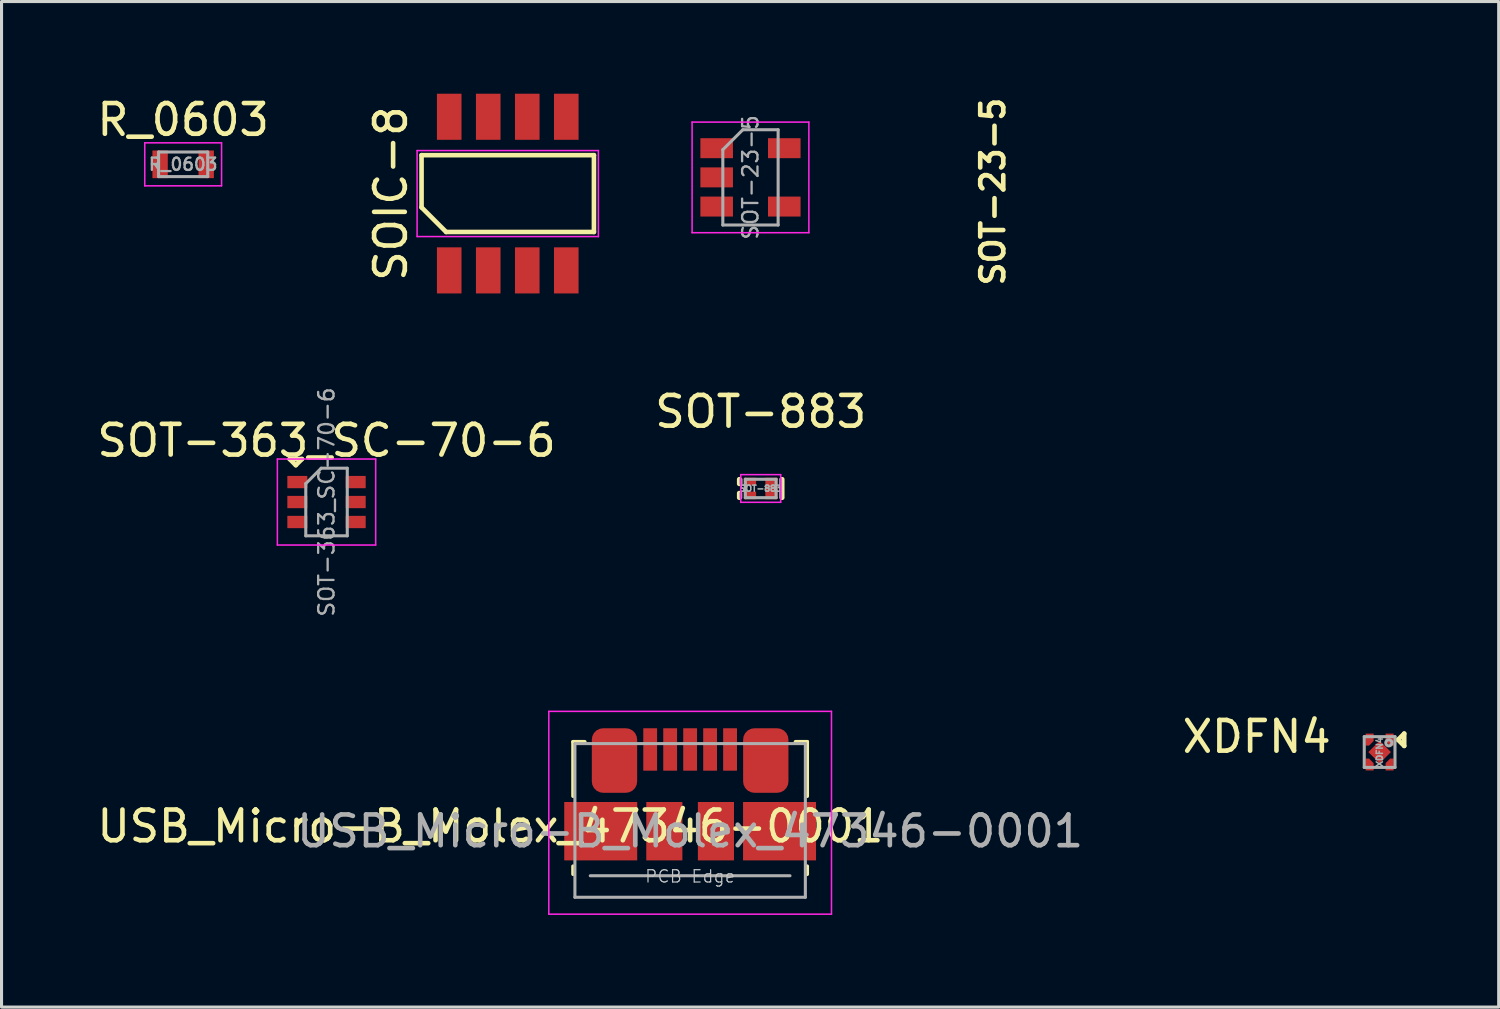
<source format=kicad_pcb>
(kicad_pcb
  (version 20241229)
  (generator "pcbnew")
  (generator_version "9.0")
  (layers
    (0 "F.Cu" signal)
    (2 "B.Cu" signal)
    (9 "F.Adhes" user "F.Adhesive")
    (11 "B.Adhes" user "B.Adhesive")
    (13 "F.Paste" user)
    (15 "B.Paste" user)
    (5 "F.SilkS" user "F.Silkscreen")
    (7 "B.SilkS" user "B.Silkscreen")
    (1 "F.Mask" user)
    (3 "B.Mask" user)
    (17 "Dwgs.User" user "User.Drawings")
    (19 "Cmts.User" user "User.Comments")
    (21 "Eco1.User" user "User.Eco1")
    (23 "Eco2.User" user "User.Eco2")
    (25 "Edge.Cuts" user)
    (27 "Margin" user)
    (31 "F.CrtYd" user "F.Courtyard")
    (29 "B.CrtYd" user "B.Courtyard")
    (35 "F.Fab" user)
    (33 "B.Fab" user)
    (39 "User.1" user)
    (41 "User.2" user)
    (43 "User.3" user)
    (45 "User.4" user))
  (footprint "SOT-23-5"
    (layer "F.Cu")
    (at 21.375 2.723)
    (property "Reference" "SOT-23-5" (at 7.888 0.463 270) (layer "F.SilkS") (effects (font (size 0.75 0.75) (thickness 0.15))))
    (attr smd)
    (fp_line (start -1.9 -1.8) (end 1.9 -1.8) (stroke (width 0.05) (type solid)) (layer "F.CrtYd"))
    (fp_line (start -1.9 1.8) (end -1.9 -1.8) (stroke (width 0.05) (type solid)) (layer "F.CrtYd"))
    (fp_line (start 1.9 -1.8) (end 1.9 1.8) (stroke (width 0.05) (type solid)) (layer "F.CrtYd"))
    (fp_line (start 1.9 1.8) (end -1.9 1.8) (stroke (width 0.05) (type solid)) (layer "F.CrtYd"))
    (fp_line (start -0.9 -0.9) (end -0.9 1.55) (stroke (width 0.1) (type solid)) (layer "F.Fab"))
    (fp_line (start -0.9 -0.9) (end -0.25 -1.55) (stroke (width 0.1) (type solid)) (layer "F.Fab"))
    (fp_line (start 0.9 -1.55) (end -0.25 -1.55) (stroke (width 0.1) (type solid)) (layer "F.Fab"))
    (fp_line (start 0.9 -1.55) (end 0.9 1.55) (stroke (width 0.1) (type solid)) (layer "F.Fab"))
    (fp_line (start 0.9 1.55) (end -0.9 1.55) (stroke (width 0.1) (type solid)) (layer "F.Fab"))
    (fp_text user "${REFERENCE}" (at 0 0 90) (layer "F.Fab") (effects (font (size 0.5 0.5) (thickness 0.075))))
    (pad "1" smd rect (at -1.1 -0.95) (size 1.06 0.65) (layers "F.Cu" "F.Mask" "F.Paste"))
    (pad "2" smd rect (at -1.1 0) (size 1.06 0.65) (layers "F.Cu" "F.Mask" "F.Paste"))
    (pad "3" smd rect (at -1.1 0.95) (size 1.06 0.65) (layers "F.Cu" "F.Mask" "F.Paste"))
    (pad "4" smd rect (at 1.1 0.95) (size 1.06 0.65) (layers "F.Cu" "F.Mask" "F.Paste"))
    (pad "5" smd rect (at 1.1 -0.95) (size 1.06 0.65) (layers "F.Cu" "F.Mask" "F.Paste")))
  (footprint "XDFN4"
    (layer "F.Cu")
    (at 41.851 21.426)
    (property "Reference" "XDFN4" (at -4 -0.5 0) (layer "F.SilkS") (effects (font (size 1 1) (thickness 0.15))))
    (attr through_hole)
    (fp_line (start 0.6 -0.4) (end 0.8 -0.6) (stroke (width 0.15) (type solid)) (layer "F.SilkS"))
    (fp_line (start 0.8 -0.6) (end 0.8 -0.2) (stroke (width 0.15) (type solid)) (layer "F.SilkS"))
    (fp_line (start 0.8 -0.2) (end 0.6 -0.4) (stroke (width 0.15) (type solid)) (layer "F.SilkS"))
    (fp_line (start -0.5 -0.5) (end 0.5 -0.5) (stroke (width 0.1) (type solid)) (layer "F.Fab"))
    (fp_line (start -0.5 0.5) (end -0.5 -0.5) (stroke (width 0.1) (type solid)) (layer "F.Fab"))
    (fp_line (start 0.5 -0.5) (end 0.5 0.5) (stroke (width 0.1) (type solid)) (layer "F.Fab"))
    (fp_line (start 0.5 0.5) (end -0.5 0.5) (stroke (width 0.1) (type solid)) (layer "F.Fab"))
    (fp_circle (center 0.3 -0.3) (end 0.3 -0.2) (stroke (width 0.1) (type solid)) (fill no) (layer "F.Fab"))
    (fp_text user "${REFERENCE}" (at 0 0 270) (layer "F.Fab") (effects (font (size 0.2 0.2) (thickness 0.05))))
    (pad "1" smd custom (at 0.325 -0.5) (size 0.1 0.1) (layers "F.Cu" "F.Mask" "F.Paste") (options (anchor rect)) (primitives (gr_poly (pts (xy -0.13 -0.1) (xy 0.13 -0.1) (xy 0.13 0.29) (xy 0.02 0.29) (xy -0.13 0.14)) (width 0) (fill yes))))
    (pad "2" smd custom (at -0.325 -0.5) (size 0.1 0.1) (layers "F.Cu" "F.Mask" "F.Paste") (options (anchor rect)) (primitives (gr_poly (pts (xy 0.13 -0.1) (xy -0.13 -0.1) (xy -0.13 0.29) (xy -0.02 0.29) (xy 0.13 0.14)) (width 0) (fill yes))))
    (pad "3" smd custom (at -0.325 0.5 180) (size 0.1 0.1) (layers "F.Cu" "F.Mask" "F.Paste") (options (anchor rect)) (primitives (gr_poly (pts (xy -0.13 -0.1) (xy 0.13 -0.1) (xy 0.13 0.29) (xy 0.02 0.29) (xy -0.13 0.14)) (width 0) (fill yes))))
    (pad "4" smd custom (at 0.325 0.5 180) (size 0.1 0.1) (layers "F.Cu" "F.Mask" "F.Paste") (options (anchor rect)) (primitives (gr_poly (pts (xy 0.13 -0.1) (xy -0.13 -0.1) (xy -0.13 0.29) (xy -0.02 0.29) (xy 0.13 0.14)) (width 0) (fill yes))))
    (pad "5" smd rect (at 0 0 45) (size 0.52 0.52) (layers "F.Cu" "F.Mask" "F.Paste")))
  (footprint "R_0603"
    (layer "F.Cu")
    (at 2.911 2.298)
    (property "Reference" "R_0603" (at 0 -1.45 0) (layer "F.SilkS") (effects (font (size 1 1) (thickness 0.15))))
    (attr smd)
    (fp_line (start -1.25 -0.7) (end -1.25 0.7) (stroke (width 0.05) (type solid)) (layer "F.CrtYd"))
    (fp_line (start -1.25 -0.7) (end 1.25 -0.7) (stroke (width 0.05) (type solid)) (layer "F.CrtYd"))
    (fp_line (start 1.25 0.7) (end -1.25 0.7) (stroke (width 0.05) (type solid)) (layer "F.CrtYd"))
    (fp_line (start 1.25 0.7) (end 1.25 -0.7) (stroke (width 0.05) (type solid)) (layer "F.CrtYd"))
    (fp_line (start -0.8 -0.4) (end 0.8 -0.4) (stroke (width 0.1) (type solid)) (layer "F.Fab"))
    (fp_line (start -0.8 0.4) (end -0.8 -0.4) (stroke (width 0.1) (type solid)) (layer "F.Fab"))
    (fp_line (start 0.8 -0.4) (end 0.8 0.4) (stroke (width 0.1) (type solid)) (layer "F.Fab"))
    (fp_line (start 0.8 0.4) (end -0.8 0.4) (stroke (width 0.1) (type solid)) (layer "F.Fab"))
    (fp_text user "${REFERENCE}" (at 0 0 0) (layer "F.Fab") (effects (font (size 0.4 0.4) (thickness 0.075))))
    (pad "1" smd rect (at -0.75 0) (size 0.5 0.9) (layers "F.Cu" "F.Mask" "F.Paste"))
    (pad "2" smd rect (at 0.75 0) (size 0.5 0.9) (layers "F.Cu" "F.Mask" "F.Paste")))
  (footprint "USB_Micro-B_Molex_47346-0001"
    (layer "F.Cu")
    (at 19.411 24.002)
    (property "Reference" "USB_Micro-B_Molex_47346-0001" (at -6.5 -0.16 180) (layer "F.SilkS") (effects (font (size 1 1) (thickness 0.15))))
    (attr smd)
    (fp_line (start -3.81 -2.91) (end -3.43 -2.91) (stroke (width 0.12) (type solid)) (layer "F.SilkS"))
    (fp_line (start -3.81 -1.14) (end -3.81 -2.91) (stroke (width 0.12) (type solid)) (layer "F.SilkS"))
    (fp_line (start -3.81 1.4) (end -3.81 1.14) (stroke (width 0.12) (type solid)) (layer "F.SilkS"))
    (fp_line (start 3.81 -2.91) (end 3.43 -2.91) (stroke (width 0.12) (type solid)) (layer "F.SilkS"))
    (fp_line (start 3.81 -2.91) (end 3.81 -1.14) (stroke (width 0.12) (type solid)) (layer "F.SilkS"))
    (fp_line (start 3.81 1.14) (end 3.81 1.4) (stroke (width 0.12) (type solid)) (layer "F.SilkS"))
    (fp_line (start -4.6 -3.9) (end 4.6 -3.9) (stroke (width 0.05) (type solid)) (layer "F.CrtYd"))
    (fp_line (start -4.6 2.7) (end -4.6 -3.9) (stroke (width 0.05) (type solid)) (layer "F.CrtYd"))
    (fp_line (start 4.6 -3.9) (end 4.6 2.7) (stroke (width 0.05) (type solid)) (layer "F.CrtYd"))
    (fp_line (start 4.6 2.7) (end -4.6 2.7) (stroke (width 0.05) (type solid)) (layer "F.CrtYd"))
    (fp_line (start -3.75 -2.85) (end 3.75 -2.85) (stroke (width 0.1) (type solid)) (layer "F.Fab"))
    (fp_line (start -3.75 2.15) (end -3.75 -2.85) (stroke (width 0.1) (type solid)) (layer "F.Fab"))
    (fp_line (start -3.25 1.45) (end 3.25 1.45) (stroke (width 0.1) (type solid)) (layer "F.Fab"))
    (fp_line (start 3.75 -2.85) (end 3.75 2.15) (stroke (width 0.1) (type solid)) (layer "F.Fab"))
    (fp_line (start 3.75 2.15) (end -3.75 2.15) (stroke (width 0.1) (type solid)) (layer "F.Fab"))
    (fp_text user "PCB Edge" (at 0 1.47 180) (layer "Dwgs.User") (effects (font (size 0.4 0.4) (thickness 0.04))))
    (fp_text user "${REFERENCE}" (at 0 0 0) (layer "F.Fab") (effects (font (size 1 1) (thickness 0.15))))
    (pad "1" smd rect (at -1.3 -2.66) (size 0.45 1.38) (layers "F.Cu" "F.Mask" "F.Paste"))
    (pad "2" smd rect (at -0.65 -2.66) (size 0.45 1.38) (layers "F.Cu" "F.Mask" "F.Paste"))
    (pad "3" smd rect (at 0 -2.66) (size 0.45 1.38) (layers "F.Cu" "F.Mask" "F.Paste"))
    (pad "4" smd rect (at 0.65 -2.66) (size 0.45 1.38) (layers "F.Cu" "F.Mask" "F.Paste"))
    (pad "5" smd rect (at 1.3 -2.66) (size 0.45 1.38) (layers "F.Cu" "F.Mask" "F.Paste"))
    (pad "6" smd rect (at -2.91 0) (size 2.375 1.9) (layers "F.Cu" "F.Mask" "F.Paste"))
    (pad "6" smd roundrect (at -2.462 -2.3) (size 1.475 2.1) (layers "F.Cu" "F.Mask" "F.Paste") (roundrect_rratio 0.25))
    (pad "6" smd rect (at -0.84 0) (size 1.175 1.9) (layers "F.Cu" "F.Mask" "F.Paste"))
    (pad "6" smd rect (at 0.84 0) (size 1.175 1.9) (layers "F.Cu" "F.Mask" "F.Paste"))
    (pad "6" smd roundrect (at 2.462 -2.3) (size 1.475 2.1) (layers "F.Cu" "F.Mask" "F.Paste") (roundrect_rratio 0.25))
    (pad "6" smd rect (at 2.91 0) (size 2.375 1.9) (layers "F.Cu" "F.Mask" "F.Paste")))
  (footprint "SOT-883"
    (layer "F.Cu")
    (at 21.708 12.848)
    (property "Reference" "SOT-883" (at 0 -2.5 0) (layer "F.SilkS") (effects (font (size 1 1) (thickness 0.15))))
    (attr through_hole)
    (fp_line (start -0.7 -0.3) (end -0.7 -0.15) (stroke (width 0.15) (type solid)) (layer "F.SilkS"))
    (fp_line (start -0.7 0.3) (end -0.7 0.15) (stroke (width 0.15) (type solid)) (layer "F.SilkS"))
    (fp_line (start -0.65 -0.3) (end -0.65 -0.15) (stroke (width 0.1) (type solid)) (layer "F.SilkS"))
    (fp_line (start 0.7 -0.3) (end 0.7 0.3) (stroke (width 0.15) (type solid)) (layer "F.SilkS"))
    (fp_line (start -0.65 -0.45) (end -0.65 0.45) (stroke (width 0.05) (type solid)) (layer "F.CrtYd"))
    (fp_line (start -0.65 0.45) (end 0.65 0.45) (stroke (width 0.05) (type solid)) (layer "F.CrtYd"))
    (fp_line (start 0.65 -0.45) (end -0.65 -0.45) (stroke (width 0.05) (type solid)) (layer "F.CrtYd"))
    (fp_line (start 0.65 0.45) (end 0.65 -0.45) (stroke (width 0.05) (type solid)) (layer "F.CrtYd"))
    (fp_line (start -0.65 -0.3) (end -0.65 -0.15) (stroke (width 0.1) (type solid)) (layer "F.Fab"))
    (fp_line (start -0.65 0.3) (end -0.65 0.15) (stroke (width 0.1) (type solid)) (layer "F.Fab"))
    (fp_line (start -0.5 -0.3) (end 0.5 -0.3) (stroke (width 0.1) (type solid)) (layer "F.Fab"))
    (fp_line (start -0.5 0.3) (end -0.5 -0.3) (stroke (width 0.1) (type solid)) (layer "F.Fab"))
    (fp_line (start 0.5 -0.3) (end 0.5 0.3) (stroke (width 0.1) (type solid)) (layer "F.Fab"))
    (fp_line (start 0.5 0.3) (end -0.5 0.3) (stroke (width 0.1) (type solid)) (layer "F.Fab"))
    (fp_line (start 0.65 -0.3) (end 0.65 0.3) (stroke (width 0.1) (type solid)) (layer "F.Fab"))
    (fp_text user "${REFERENCE}" (at 0 0 0) (layer "F.Fab") (effects (font (size 0.2 0.2) (thickness 0.05))))
    (pad "1" smd rect (at -0.35 -0.225) (size 0.4 0.25) (layers "F.Cu" "F.Mask" "F.Paste"))
    (pad "2" smd rect (at -0.35 0.225) (size 0.4 0.25) (layers "F.Cu" "F.Mask" "F.Paste"))
    (pad "3" smd rect (at 0.35 0) (size 0.4 0.7) (layers "F.Cu" "F.Mask" "F.Paste")))
  (footprint "SOIC-8"
    (layer "F.Cu")
    (at 13.475 3.25)
    (property "Reference" "SOIC-8" (at -3.805 0 90) (layer "F.SilkS") (effects (font (size 1 1) (thickness 0.15))))
    (attr smd)
    (fp_line (start -2.805 -1.25) (end 2.805 -1.25) (stroke (width 0.15) (type solid)) (layer "F.SilkS"))
    (fp_line (start -2.805 0.45) (end -2.805 -1.25) (stroke (width 0.15) (type solid)) (layer "F.SilkS"))
    (fp_line (start -2.005 1.25) (end -2.805 0.45) (stroke (width 0.15) (type solid)) (layer "F.SilkS"))
    (fp_line (start 2.805 -1.25) (end 2.805 1.25) (stroke (width 0.15) (type solid)) (layer "F.SilkS"))
    (fp_line (start 2.805 1.25) (end -2.005 1.25) (stroke (width 0.15) (type solid)) (layer "F.SilkS"))
    (fp_line (start -2.95 -1.4) (end 2.95 -1.4) (stroke (width 0.05) (type solid)) (layer "F.CrtYd"))
    (fp_line (start -2.95 1.4) (end -2.95 -1.4) (stroke (width 0.05) (type solid)) (layer "F.CrtYd"))
    (fp_line (start 2.95 -1.4) (end 2.95 1.4) (stroke (width 0.05) (type solid)) (layer "F.CrtYd"))
    (fp_line (start 2.95 1.4) (end -2.95 1.4) (stroke (width 0.05) (type solid)) (layer "F.CrtYd"))
    (pad "1" smd rect (at -1.905 2.5) (size 0.8 1.5) (layers "F.Cu" "F.Mask" "F.Paste"))
    (pad "2" smd rect (at -0.635 2.5) (size 0.8 1.5) (layers "F.Cu" "F.Mask" "F.Paste"))
    (pad "3" smd rect (at 0.635 2.5) (size 0.8 1.5) (layers "F.Cu" "F.Mask" "F.Paste"))
    (pad "4" smd rect (at 1.905 2.5) (size 0.8 1.5) (layers "F.Cu" "F.Mask" "F.Paste"))
    (pad "5" smd rect (at 1.905 -2.5) (size 0.8 1.5) (layers "F.Cu" "F.Mask" "F.Paste"))
    (pad "6" smd rect (at 0.635 -2.5) (size 0.8 1.5) (layers "F.Cu" "F.Mask" "F.Paste"))
    (pad "7" smd rect (at -0.635 -2.5) (size 0.8 1.5) (layers "F.Cu" "F.Mask" "F.Paste"))
    (pad "8" smd rect (at -1.905 -2.5) (size 0.8 1.5) (layers "F.Cu" "F.Mask" "F.Paste")))
  (footprint "SOT-363_SC-70-6"
    (layer "F.Cu")
    (at 7.577 13.289)
    (property "Reference" "SOT-363_SC-70-6" (at 0 -2 0) (layer "F.SilkS") (effects (font (size 1 1) (thickness 0.15))))
    (attr smd)
    (fp_line (start -1.2 -1.4) (end -1 -1.2) (stroke (width 0.15) (type solid)) (layer "F.SilkS"))
    (fp_line (start -1.2 -1.4) (end -0.8 -1.4) (stroke (width 0.15) (type solid)) (layer "F.SilkS"))
    (fp_line (start -0.8 -1.4) (end -1 -1.2) (stroke (width 0.15) (type solid)) (layer "F.SilkS"))
    (fp_line (start -1.6 -1.4) (end -1.6 1.4) (stroke (width 0.05) (type solid)) (layer "F.CrtYd"))
    (fp_line (start -1.6 -1.4) (end 1.6 -1.4) (stroke (width 0.05) (type solid)) (layer "F.CrtYd"))
    (fp_line (start -1.6 1.4) (end 1.6 1.4) (stroke (width 0.05) (type solid)) (layer "F.CrtYd"))
    (fp_line (start 1.6 1.4) (end 1.6 -1.4) (stroke (width 0.05) (type solid)) (layer "F.CrtYd"))
    (fp_line (start -0.675 -0.6) (end -0.675 1.1) (stroke (width 0.1) (type solid)) (layer "F.Fab"))
    (fp_line (start -0.175 -1.1) (end -0.675 -0.6) (stroke (width 0.1) (type solid)) (layer "F.Fab"))
    (fp_line (start 0.675 -1.1) (end -0.175 -1.1) (stroke (width 0.1) (type solid)) (layer "F.Fab"))
    (fp_line (start 0.675 -1.1) (end 0.675 1.1) (stroke (width 0.1) (type solid)) (layer "F.Fab"))
    (fp_line (start 0.675 1.1) (end -0.675 1.1) (stroke (width 0.1) (type solid)) (layer "F.Fab"))
    (fp_text user "${REFERENCE}" (at 0 0 90) (layer "F.Fab") (effects (font (size 0.5 0.5) (thickness 0.075))))
    (pad "1" smd rect (at -0.95 -0.65) (size 0.65 0.4) (layers "F.Cu" "F.Mask" "F.Paste"))
    (pad "2" smd rect (at -0.95 0) (size 0.65 0.4) (layers "F.Cu" "F.Mask" "F.Paste"))
    (pad "3" smd rect (at -0.95 0.65) (size 0.65 0.4) (layers "F.Cu" "F.Mask" "F.Paste"))
    (pad "4" smd rect (at 0.95 0.65) (size 0.65 0.4) (layers "F.Cu" "F.Mask" "F.Paste"))
    (pad "5" smd rect (at 0.95 0) (size 0.65 0.4) (layers "F.Cu" "F.Mask" "F.Paste"))
    (pad "6" smd rect (at 0.95 -0.65) (size 0.65 0.4) (layers "F.Cu" "F.Mask" "F.Paste")))
  (gr_rect
    (start -3 -3)
    (end 45.726 29.727)
    (stroke (width 0.1) (type default))
    (fill no)
    (layer "Edge.Cuts")))
</source>
